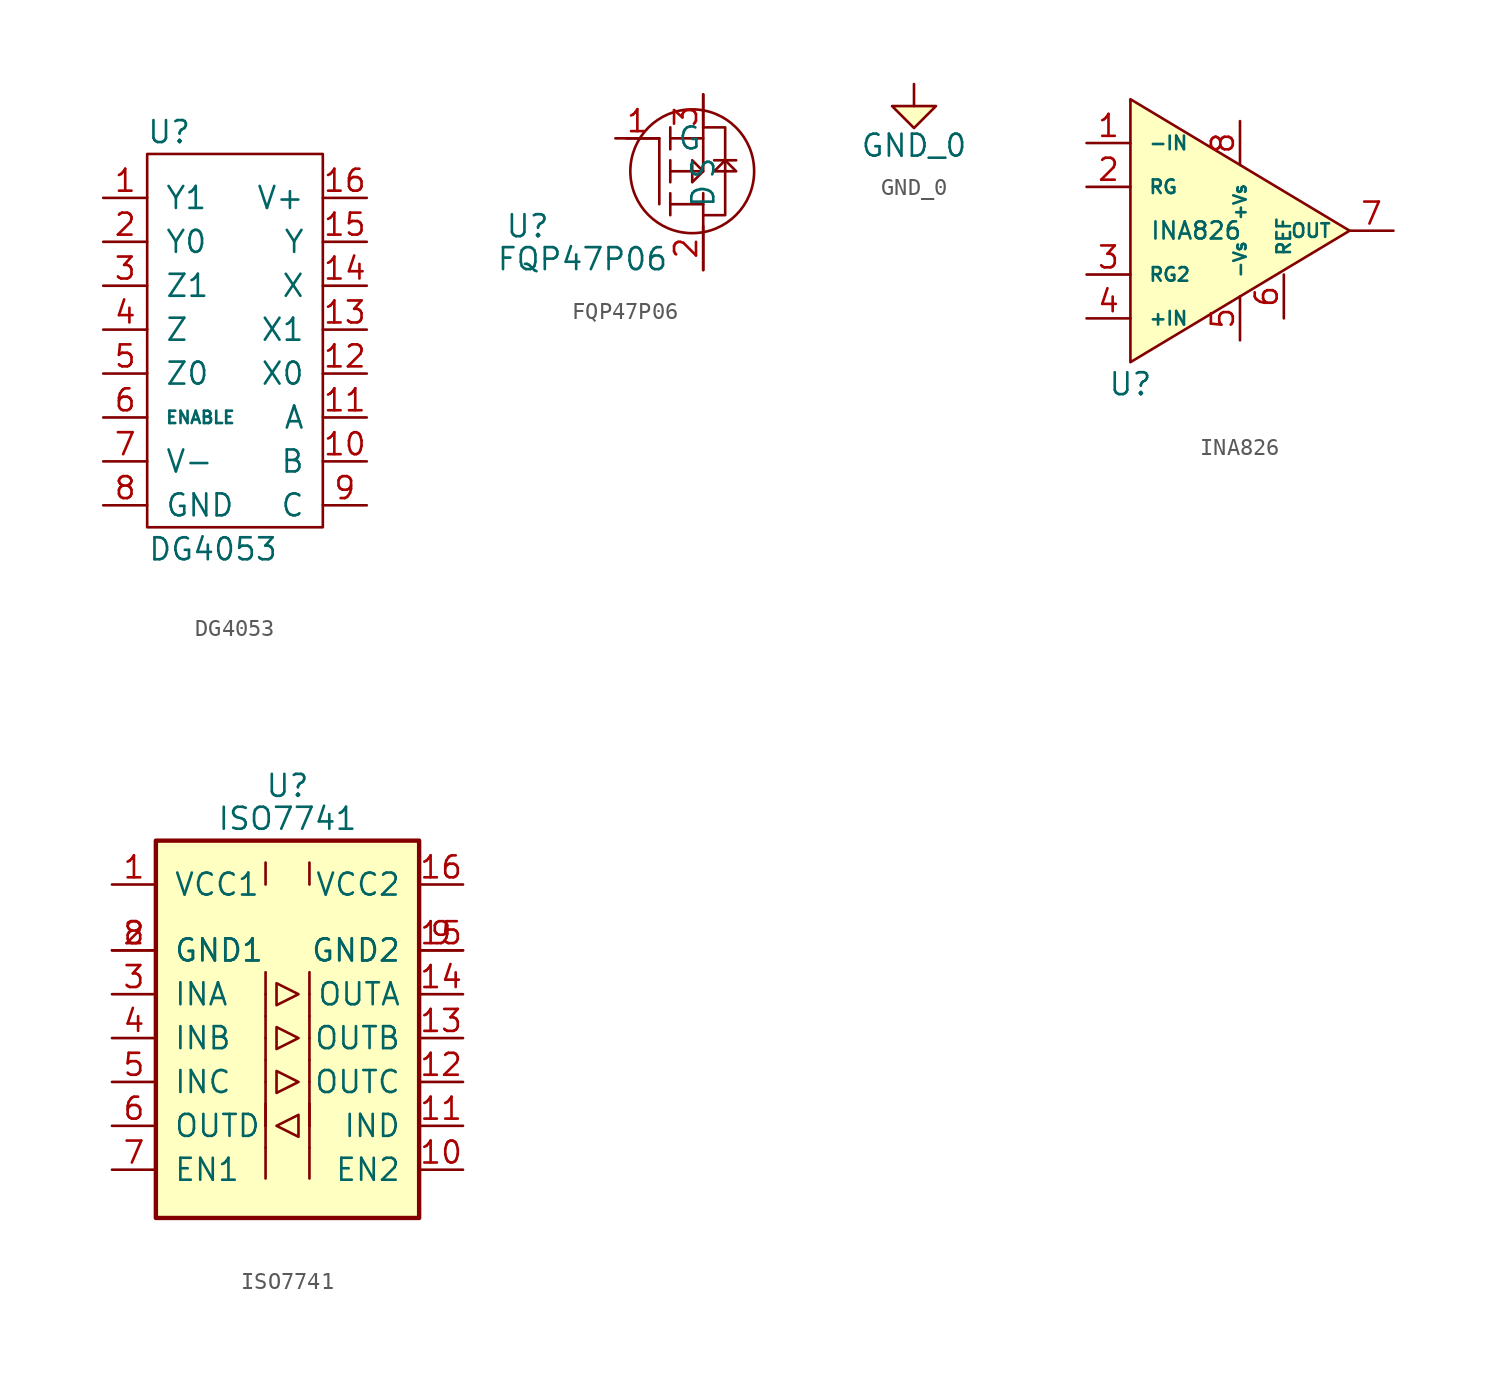
<source format=kicad_sym>
(kicad_symbol_lib
  (version 20211014)
  (generator kicad_symbol_editor)
  (symbol "DG4053"
    (pin_names
      (offset 1.016))
    (property "Reference" "U"
      (at -3.81 11.43 0)
      (effects (font (size 1.27 1.27))))
    (property "Value" "DG4053"
      (at -1.27 -12.7 0)
      (effects (font (size 1.27 1.27))))
    (symbol "DG4053_0_1"
      (rectangle (start -5.08 10.16) (end 5.08 -11.43) (stroke (width 0) (type default) (color 0 0 0 0)) (fill (type none))))
    (symbol "DG4053_1_1"
      (pin input line (at -7.62 7.62 0) (length 2.54) (name "Y1" (effects (font (size 1.27 1.27)))) (number "1" (effects (font (size 1.27 1.27)))))
      (pin input line (at 7.62 -7.62 180) (length 2.54) (name "B" (effects (font (size 1.27 1.27)))) (number "10" (effects (font (size 1.27 1.27)))))
      (pin input line (at 7.62 -5.08 180) (length 2.54) (name "A" (effects (font (size 1.27 1.27)))) (number "11" (effects (font (size 1.27 1.27)))))
      (pin input line (at 7.62 -2.54 180) (length 2.54) (name "X0" (effects (font (size 1.27 1.27)))) (number "12" (effects (font (size 1.27 1.27)))))
      (pin input line (at 7.62 0 180) (length 2.54) (name "X1" (effects (font (size 1.27 1.27)))) (number "13" (effects (font (size 1.27 1.27)))))
      (pin input line (at 7.62 2.54 180) (length 2.54) (name "X" (effects (font (size 1.27 1.27)))) (number "14" (effects (font (size 1.27 1.27)))))
      (pin input line (at 7.62 5.08 180) (length 2.54) (name "Y" (effects (font (size 1.27 1.27)))) (number "15" (effects (font (size 1.27 1.27)))))
      (pin power_in line (at 7.62 7.62 180) (length 2.54) (name "V+" (effects (font (size 1.27 1.27)))) (number "16" (effects (font (size 1.27 1.27)))))
      (pin input line (at -7.62 5.08 0) (length 2.54) (name "Y0" (effects (font (size 1.27 1.27)))) (number "2" (effects (font (size 1.27 1.27)))))
      (pin input line (at -7.62 2.54 0) (length 2.54) (name "Z1" (effects (font (size 1.27 1.27)))) (number "3" (effects (font (size 1.27 1.27)))))
      (pin input line (at -7.62 0 0) (length 2.54) (name "Z" (effects (font (size 1.27 1.27)))) (number "4" (effects (font (size 1.27 1.27)))))
      (pin input line (at -7.62 -2.54 0) (length 2.54) (name "Z0" (effects (font (size 1.27 1.27)))) (number "5" (effects (font (size 1.27 1.27)))))
      (pin input line (at -7.62 -5.08 0) (length 2.54) (name "ENABLE" (effects (font (size 0.711 0.711)))) (number "6" (effects (font (size 1.27 1.27)))))
      (pin power_in line (at -7.62 -7.62 0) (length 2.54) (name "V-" (effects (font (size 1.27 1.27)))) (number "7" (effects (font (size 1.27 1.27)))))
      (pin power_in line (at -7.62 -10.16 0) (length 2.54) (name "GND" (effects (font (size 1.27 1.27)))) (number "8" (effects (font (size 1.27 1.27)))))
      (pin input line (at 7.62 -10.16 180) (length 2.54) (name "C" (effects (font (size 1.27 1.27)))) (number "9" (effects (font (size 1.27 1.27)))))))
  (symbol "FQP47P06"
    (pin_names
      (offset 1.016))
    (property "Reference" "U"
      (at -10.16 -2.54 0)
      (effects (font (size 1.27 1.27))))
    (property "Value" "FQP47P06"
      (at -6.985 -4.445 0)
      (effects (font (size 1.27 1.27))))
    (symbol "FQP47P06_0_1"
      (circle (center -0.635 0.635) (radius 3.581) (stroke (width 0) (type default) (color 0 0 0 0)) (fill (type none)))
      (polyline (pts (xy -1.905 -1.27) (xy 0 -1.27)) (stroke (width 0) (type default) (color 0 0 0 0)) (fill (type none)))
      (polyline (pts (xy -1.905 -0.635) (xy -1.905 -1.905)) (stroke (width 0) (type default) (color 0 0 0 0)) (fill (type none)))
      (polyline (pts (xy -1.905 1.27) (xy -1.905 0)) (stroke (width 0) (type default) (color 0 0 0 0)) (fill (type none)))
      (polyline (pts (xy -1.905 3.175) (xy -1.905 1.905)) (stroke (width 0) (type default) (color 0 0 0 0)) (fill (type none)))
      (polyline (pts (xy 0 -0.635) (xy 0 -5.08)) (stroke (width 0) (type default) (color 0 0 0 0)) (fill (type none)))
      (polyline (pts (xy 0 3.175) (xy 0 5.08)) (stroke (width 0) (type default) (color 0 0 0 0)) (fill (type none)))
      (polyline (pts (xy 0.635 1.27) (xy 1.905 1.27)) (stroke (width 0) (type default) (color 0 0 0 0)) (fill (type none)))
      (polyline (pts (xy -2.54 -1.27) (xy -2.54 2.54) (xy -4.445 2.54)) (stroke (width 0) (type default) (color 0 0 0 0)) (fill (type none)))
      (polyline (pts (xy -1.905 0.635) (xy 0 0.635) (xy 0 2.54) (xy -1.905 2.54)) (stroke (width 0) (type default) (color 0 0 0 0)) (fill (type none)))
      (polyline (pts (xy -0.635 1.27) (xy -0.635 0) (xy 0 0.635) (xy -0.635 1.27)) (stroke (width 0) (type default) (color 0 0 0 0)) (fill (type none)))
      (polyline (pts (xy 0 -1.905) (xy 1.27 -1.905) (xy 1.27 3.175) (xy 0 3.175)) (stroke (width 0) (type default) (color 0 0 0 0)) (fill (type none)))
      (polyline (pts (xy 0.635 0.635) (xy 1.27 1.27) (xy 1.905 0.635) (xy 0.635 0.635)) (stroke (width 0) (type default) (color 0 0 0 0)) (fill (type none))))
    (symbol "FQP47P06_1_1"
      (pin power_in line (at -5.08 2.54 0) (length 2.54) (name "G" (effects (font (size 1.27 1.27)))) (number "1" (effects (font (size 1.27 1.27)))))
      (pin power_in line (at 0 -5.08 90) (length 2.54) (name "D" (effects (font (size 1.27 1.27)))) (number "2" (effects (font (size 1.27 1.27)))))
      (pin power_in line (at 0 5.08 270) (length 2.54) (name "S" (effects (font (size 1.27 1.27)))) (number "3" (effects (font (size 1.27 1.27)))))))
  (symbol "GND_0"
    (power)
    (pin_numbers hide)
    (pin_names
      (offset 0) hide)
    (property "Reference" "#GND_0"
      (at 0 -5.334 0)
      (effects (font (size 1.27 1.27)) hide))
    (property "Value" "GND_0"
      (at 0 -3.556 0)
      (effects (font (size 1.27 1.27))))
    (symbol "GND_0_0_1"
      (polyline (pts (xy 0 -1.27) (xy 0 0)) (stroke (width 0) (type default) (color 0 0 0 0)) (fill (type none)))
      (polyline (pts (xy -1.27 -1.27) (xy 1.27 -1.27) (xy 0 -2.54) (xy -1.27 -1.27)) (stroke (width 0) (type default) (color 0 0 0 0)) (fill (type background))))
    (symbol "GND_0_1_1"
      (pin power_in line (at 0 0 0) (length 0) hide (name "GND_0" (effects (font (size 1.27 1.27)))) (number "1" (effects (font (size 0 0)))))))
  (symbol "INA826"
    (pin_names
      (offset 1.016))
    (property "Reference" "U"
      (at -5.08 -8.89 0)
      (effects (font (size 1.27 1.27))))
    (property "Value" "INA826"
      (at -1.27 0 0)
      (effects (font (size 0.991 0.991))))
    (symbol "INA826_1_1"
      (polyline (pts (xy -5.08 7.62) (xy -5.08 -7.62) (xy 7.62 0) (xy -5.08 7.62)) (stroke (width 0) (type default) (color 0 0 0 0)) (fill (type background)))
      (pin input line (at -7.62 5.08 0) (length 2.54) (name "-IN" (effects (font (size 0.787 0.787)))) (number "1" (effects (font (size 1.27 1.27)))))
      (pin output line (at -7.62 2.54 0) (length 2.54) (name "RG" (effects (font (size 0.787 0.787)))) (number "2" (effects (font (size 1.27 1.27)))))
      (pin output line (at -7.62 -2.54 0) (length 2.54) (name "RG2" (effects (font (size 0.787 0.787)))) (number "3" (effects (font (size 1.27 1.27)))))
      (pin input line (at -7.62 -5.08 0) (length 2.54) (name "+IN" (effects (font (size 0.787 0.787)))) (number "4" (effects (font (size 1.27 1.27)))))
      (pin power_in line (at 1.27 -6.35 90) (length 2.54) (name "-Vs" (effects (font (size 0.711 0.711)))) (number "5" (effects (font (size 1.27 1.27)))))
      (pin input line (at 3.81 -5.08 90) (length 2.54) (name "REF" (effects (font (size 0.787 0.787)))) (number "6" (effects (font (size 1.27 1.27)))))
      (pin output line (at 10.16 0 180) (length 2.54) (name "OUT" (effects (font (size 0.787 0.787)))) (number "7" (effects (font (size 1.27 1.27)))))
      (pin power_in line (at 1.27 6.35 270) (length 2.54) (name "+Vs" (effects (font (size 0.711 0.711)))) (number "8" (effects (font (size 1.27 1.27)))))))
  (symbol "ISO7741"
    (pin_names
      (offset 1.016))
    (property "Reference" "U"
      (at 0 15.875 0)
      (effects (font (size 1.27 1.27))))
    (property "Value" "ISO7741"
      (at 0 13.97 0)
      (effects (font (size 1.27 1.27))))
    (symbol "ISO7741_0_0"
      (pin power_in line (at -10.16 6.35 0) (length 2.54) (name "GND1" (effects (font (size 1.27 1.27)))) (number "8" (effects (font (size 1.27 1.27)))))
      (pin power_in line (at 10.16 6.35 180) (length 2.54) (name "GND2" (effects (font (size 1.27 1.27)))) (number "9" (effects (font (size 1.27 1.27))))))
    (symbol "ISO7741_0_1"
      (rectangle (start -7.62 12.7) (end 7.62 -9.144) (stroke (width 0.254) (type default) (color 0 0 0 0)) (fill (type background)))
      (polyline (pts (xy -1.27 -5.08) (xy -1.27 -6.858)) (stroke (width 0) (type default) (color 0 0 0 0)) (fill (type none)))
      (polyline (pts (xy -1.27 -3.81) (xy -1.27 -5.08)) (stroke (width 0) (type default) (color 0 0 0 0)) (fill (type none)))
      (polyline (pts (xy -1.27 -2.54) (xy -1.27 -3.81)) (stroke (width 0) (type default) (color 0 0 0 0)) (fill (type none)))
      (polyline (pts (xy -1.27 -1.27) (xy -1.27 -2.54)) (stroke (width 0) (type default) (color 0 0 0 0)) (fill (type none)))
      (polyline (pts (xy -1.27 5.08) (xy -1.27 3.81)) (stroke (width 0) (type default) (color 0 0 0 0)) (fill (type none)))
      (polyline (pts (xy -1.27 11.43) (xy -1.27 10.16)) (stroke (width 0) (type default) (color 0 0 0 0)) (fill (type none)))
      (polyline (pts (xy 1.27 -5.08) (xy 1.27 -6.858)) (stroke (width 0) (type default) (color 0 0 0 0)) (fill (type none)))
      (polyline (pts (xy 1.27 -3.81) (xy 1.27 -5.08)) (stroke (width 0) (type default) (color 0 0 0 0)) (fill (type none)))
      (polyline (pts (xy 1.27 -2.54) (xy 1.27 -3.81)) (stroke (width 0) (type default) (color 0 0 0 0)) (fill (type none)))
      (polyline (pts (xy 1.27 -1.27) (xy 1.27 -2.54)) (stroke (width 0) (type default) (color 0 0 0 0)) (fill (type none)))
      (polyline (pts (xy 1.27 5.08) (xy 1.27 3.81)) (stroke (width 0) (type default) (color 0 0 0 0)) (fill (type none)))
      (polyline (pts (xy 1.27 11.43) (xy 1.27 10.16)) (stroke (width 0) (type default) (color 0 0 0 0)) (fill (type none)))
      (polyline (pts (xy -0.635 4.445) (xy -0.635 3.175) (xy 0.635 3.81) (xy -0.635 4.445)) (stroke (width 0) (type default) (color 0 0 0 0)) (fill (type none)))
      (polyline (pts (xy 0.635 -4.445) (xy 0.635 -3.175) (xy -0.635 -3.81) (xy 0.635 -4.445)) (stroke (width 0) (type default) (color 0 0 0 0)) (fill (type none))))
    (symbol "ISO7741_1_1"
      (polyline (pts (xy -1.27 -2.54) (xy -1.27 -3.81)) (stroke (width 0) (type default) (color 0 0 0 0)) (fill (type none)))
      (polyline (pts (xy -1.27 0) (xy -1.27 -1.27)) (stroke (width 0) (type default) (color 0 0 0 0)) (fill (type none)))
      (polyline (pts (xy -1.27 1.27) (xy -1.27 0)) (stroke (width 0) (type default) (color 0 0 0 0)) (fill (type none)))
      (polyline (pts (xy -1.27 2.54) (xy -1.27 1.27)) (stroke (width 0) (type default) (color 0 0 0 0)) (fill (type none)))
      (polyline (pts (xy -1.27 3.81) (xy -1.27 2.54)) (stroke (width 0) (type default) (color 0 0 0 0)) (fill (type none)))
      (polyline (pts (xy 1.27 -2.54) (xy 1.27 -3.81)) (stroke (width 0) (type default) (color 0 0 0 0)) (fill (type none)))
      (polyline (pts (xy 1.27 0) (xy 1.27 -1.27)) (stroke (width 0) (type default) (color 0 0 0 0)) (fill (type none)))
      (polyline (pts (xy 1.27 1.27) (xy 1.27 0)) (stroke (width 0) (type default) (color 0 0 0 0)) (fill (type none)))
      (polyline (pts (xy 1.27 2.54) (xy 1.27 1.27)) (stroke (width 0) (type default) (color 0 0 0 0)) (fill (type none)))
      (polyline (pts (xy 1.27 3.81) (xy 1.27 2.54)) (stroke (width 0) (type default) (color 0 0 0 0)) (fill (type none)))
      (polyline (pts (xy -0.635 -0.635) (xy -0.635 -1.905) (xy 0.635 -1.27) (xy -0.635 -0.635)) (stroke (width 0) (type default) (color 0 0 0 0)) (fill (type none)))
      (polyline (pts (xy -0.635 1.905) (xy -0.635 0.635) (xy 0.635 1.27) (xy -0.635 1.905)) (stroke (width 0) (type default) (color 0 0 0 0)) (fill (type none)))
      (pin power_in line (at -10.16 10.16 0) (length 2.54) (name "VCC1" (effects (font (size 1.27 1.27)))) (number "1" (effects (font (size 1.27 1.27)))))
      (pin input line (at 10.16 -6.35 180) (length 2.54) (name "EN2" (effects (font (size 1.27 1.27)))) (number "10" (effects (font (size 1.27 1.27)))))
      (pin input line (at 10.16 -3.81 180) (length 2.54) (name "IND" (effects (font (size 1.27 1.27)))) (number "11" (effects (font (size 1.27 1.27)))))
      (pin output line (at 10.16 -1.27 180) (length 2.54) (name "OUTC" (effects (font (size 1.27 1.27)))) (number "12" (effects (font (size 1.27 1.27)))))
      (pin output line (at 10.16 1.27 180) (length 2.54) (name "OUTB" (effects (font (size 1.27 1.27)))) (number "13" (effects (font (size 1.27 1.27)))))
      (pin output line (at 10.16 3.81 180) (length 2.54) (name "OUTA" (effects (font (size 1.27 1.27)))) (number "14" (effects (font (size 1.27 1.27)))))
      (pin power_in line (at 10.16 6.35 180) (length 2.54) (name "GND2" (effects (font (size 1.27 1.27)))) (number "15" (effects (font (size 1.27 1.27)))))
      (pin power_in line (at 10.16 10.16 180) (length 2.54) (name "VCC2" (effects (font (size 1.27 1.27)))) (number "16" (effects (font (size 1.27 1.27)))))
      (pin power_in line (at -10.16 6.35 0) (length 2.54) (name "GND1" (effects (font (size 1.27 1.27)))) (number "2" (effects (font (size 1.27 1.27)))))
      (pin input line (at -10.16 3.81 0) (length 2.54) (name "INA" (effects (font (size 1.27 1.27)))) (number "3" (effects (font (size 1.27 1.27)))))
      (pin input line (at -10.16 1.27 0) (length 2.54) (name "INB" (effects (font (size 1.27 1.27)))) (number "4" (effects (font (size 1.27 1.27)))))
      (pin input line (at -10.16 -1.27 0) (length 2.54) (name "INC" (effects (font (size 1.27 1.27)))) (number "5" (effects (font (size 1.27 1.27)))))
      (pin output line (at -10.16 -3.81 0) (length 2.54) (name "OUTD" (effects (font (size 1.27 1.27)))) (number "6" (effects (font (size 1.27 1.27)))))
      (pin input line (at -10.16 -6.35 0) (length 2.54) (name "EN1" (effects (font (size 1.27 1.27)))) (number "7" (effects (font (size 1.27 1.27))))))))
</source>
